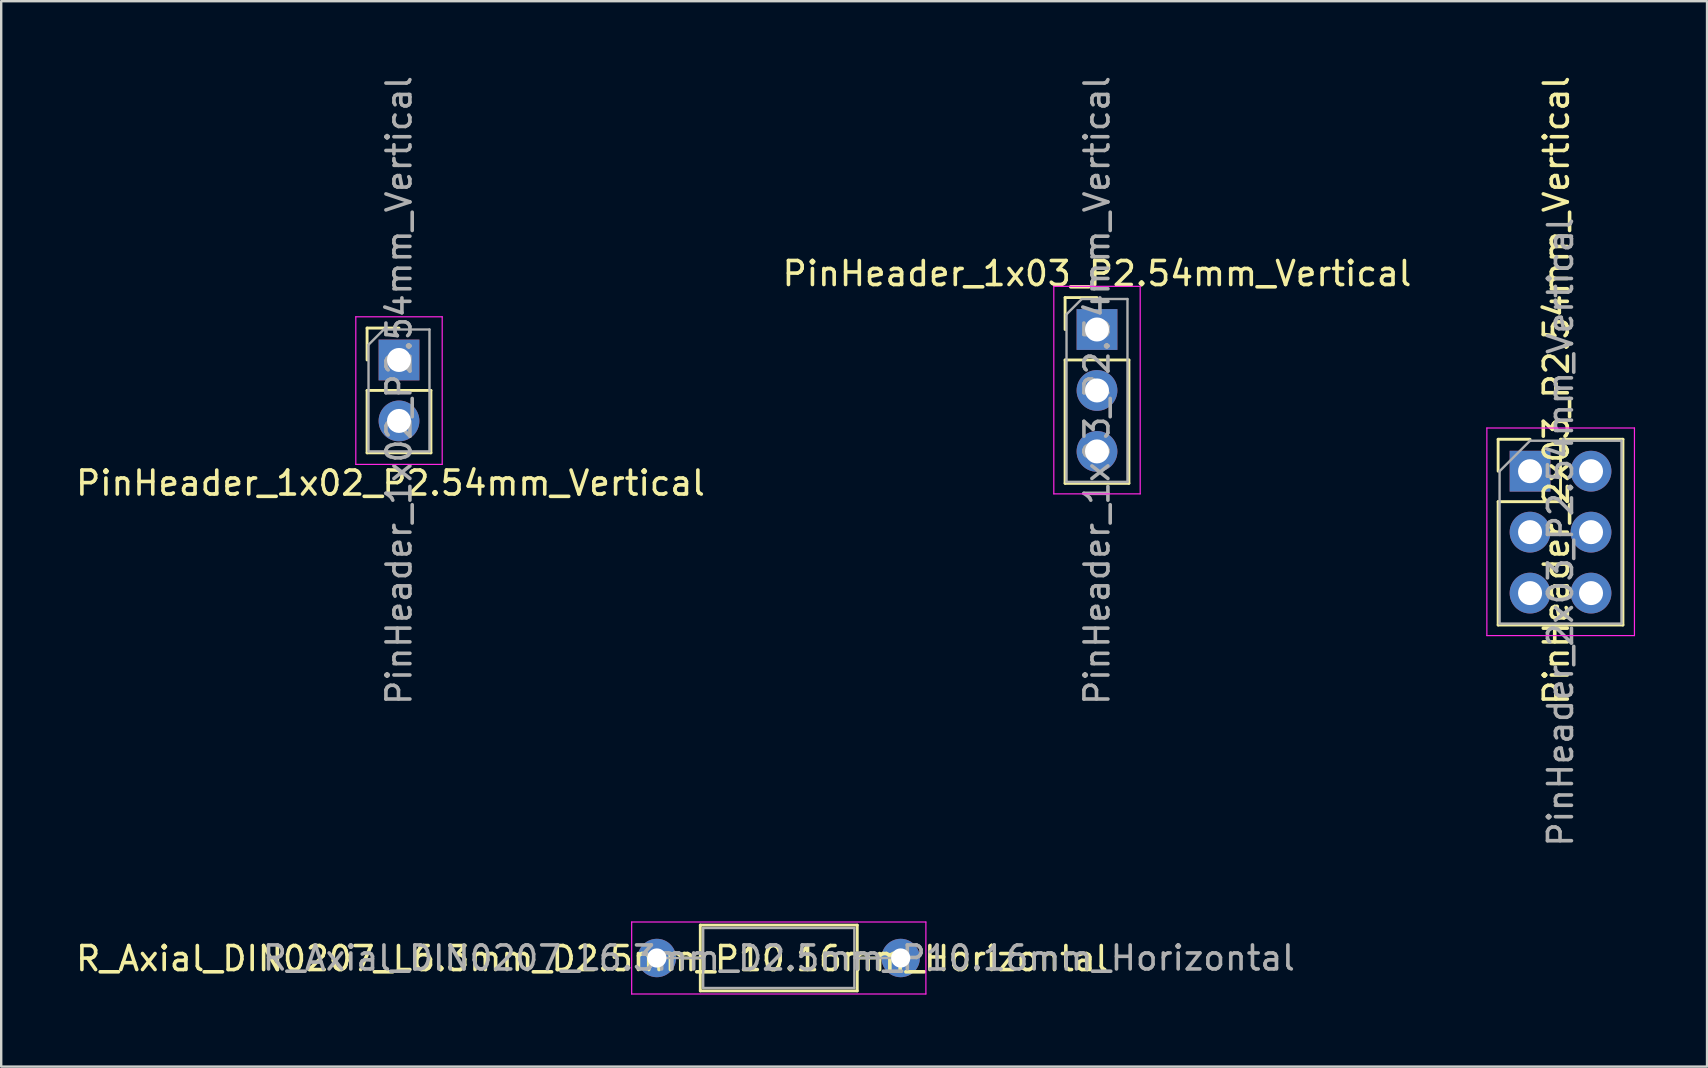
<source format=kicad_pcb>
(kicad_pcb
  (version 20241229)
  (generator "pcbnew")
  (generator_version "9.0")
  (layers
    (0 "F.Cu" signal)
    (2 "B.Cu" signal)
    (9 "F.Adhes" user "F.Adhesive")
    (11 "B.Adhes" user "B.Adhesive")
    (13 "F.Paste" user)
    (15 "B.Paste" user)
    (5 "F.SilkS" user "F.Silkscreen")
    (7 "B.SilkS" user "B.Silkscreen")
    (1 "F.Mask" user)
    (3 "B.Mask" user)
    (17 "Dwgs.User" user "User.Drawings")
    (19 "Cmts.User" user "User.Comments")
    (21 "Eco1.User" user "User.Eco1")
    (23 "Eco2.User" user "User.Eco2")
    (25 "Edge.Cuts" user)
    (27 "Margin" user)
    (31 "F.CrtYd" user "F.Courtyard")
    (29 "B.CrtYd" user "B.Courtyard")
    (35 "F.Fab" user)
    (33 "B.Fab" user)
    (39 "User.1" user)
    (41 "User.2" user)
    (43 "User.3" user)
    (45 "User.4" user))
  (footprint "PinHeader_2x03_P2.54mm_Vertical"
    (layer "F.Cu")
    (at 60.706 16.584)
    (property "Reference" "PinHeader_2x03_P2.54mm_Vertical" (at 1.097 -3.364 270) (layer "F.SilkS") (effects (font (size 1 1) (thickness 0.15))))
    (attr through_hole)
    (fp_line (start -1.33 -1.33) (end 0 -1.33) (stroke (width 0.12) (type solid)) (layer "F.SilkS"))
    (fp_line (start -1.33 0) (end -1.33 -1.33) (stroke (width 0.12) (type solid)) (layer "F.SilkS"))
    (fp_line (start -1.33 1.27) (end -1.33 6.41) (stroke (width 0.12) (type solid)) (layer "F.SilkS"))
    (fp_line (start -1.33 1.27) (end 1.27 1.27) (stroke (width 0.12) (type solid)) (layer "F.SilkS"))
    (fp_line (start -1.33 6.41) (end 3.87 6.41) (stroke (width 0.12) (type solid)) (layer "F.SilkS"))
    (fp_line (start 1.27 -1.33) (end 3.87 -1.33) (stroke (width 0.12) (type solid)) (layer "F.SilkS"))
    (fp_line (start 1.27 1.27) (end 1.27 -1.33) (stroke (width 0.12) (type solid)) (layer "F.SilkS"))
    (fp_line (start 3.87 -1.33) (end 3.87 6.41) (stroke (width 0.12) (type solid)) (layer "F.SilkS"))
    (fp_line (start -1.8 -1.8) (end -1.8 6.85) (stroke (width 0.05) (type solid)) (layer "F.CrtYd"))
    (fp_line (start -1.8 6.85) (end 4.35 6.85) (stroke (width 0.05) (type solid)) (layer "F.CrtYd"))
    (fp_line (start 4.35 -1.8) (end -1.8 -1.8) (stroke (width 0.05) (type solid)) (layer "F.CrtYd"))
    (fp_line (start 4.35 6.85) (end 4.35 -1.8) (stroke (width 0.05) (type solid)) (layer "F.CrtYd"))
    (fp_line (start -1.27 0) (end 0 -1.27) (stroke (width 0.1) (type solid)) (layer "F.Fab"))
    (fp_line (start -1.27 6.35) (end -1.27 0) (stroke (width 0.1) (type solid)) (layer "F.Fab"))
    (fp_line (start 0 -1.27) (end 3.81 -1.27) (stroke (width 0.1) (type solid)) (layer "F.Fab"))
    (fp_line (start 3.81 -1.27) (end 3.81 6.35) (stroke (width 0.1) (type solid)) (layer "F.Fab"))
    (fp_line (start 3.81 6.35) (end -1.27 6.35) (stroke (width 0.1) (type solid)) (layer "F.Fab"))
    (fp_text user "${REFERENCE}" (at 1.27 2.54 90) (layer "F.Fab") (effects (font (size 1 1) (thickness 0.15))))
    (pad "1" thru_hole rect (at 0 0) (size 1.7 1.7) (drill 1) (layers "*.Cu" "*.Mask"))
    (pad "2" thru_hole oval (at 2.54 0) (size 1.7 1.7) (drill 1) (layers "*.Cu" "*.Mask"))
    (pad "3" thru_hole oval (at 0 2.54) (size 1.7 1.7) (drill 1) (layers "*.Cu" "*.Mask"))
    (pad "4" thru_hole oval (at 2.54 2.54) (size 1.7 1.7) (drill 1) (layers "*.Cu" "*.Mask"))
    (pad "5" thru_hole oval (at 0 5.08) (size 1.7 1.7) (drill 1) (layers "*.Cu" "*.Mask"))
    (pad "6" thru_hole oval (at 2.54 5.08) (size 1.7 1.7) (drill 1) (layers "*.Cu" "*.Mask")))
  (footprint "PinHeader_1x03_P2.54mm_Vertical"
    (layer "F.Cu")
    (at 42.661 10.68)
    (property "Reference" "PinHeader_1x03_P2.54mm_Vertical" (at 0 -2.33 0) (layer "F.SilkS") (effects (font (size 1 1) (thickness 0.15))))
    (attr through_hole)
    (fp_line (start -1.33 -1.33) (end 0 -1.33) (stroke (width 0.12) (type solid)) (layer "F.SilkS"))
    (fp_line (start -1.33 0) (end -1.33 -1.33) (stroke (width 0.12) (type solid)) (layer "F.SilkS"))
    (fp_line (start -1.33 1.27) (end -1.33 6.41) (stroke (width 0.12) (type solid)) (layer "F.SilkS"))
    (fp_line (start -1.33 1.27) (end 1.33 1.27) (stroke (width 0.12) (type solid)) (layer "F.SilkS"))
    (fp_line (start -1.33 6.41) (end 1.33 6.41) (stroke (width 0.12) (type solid)) (layer "F.SilkS"))
    (fp_line (start 1.33 1.27) (end 1.33 6.41) (stroke (width 0.12) (type solid)) (layer "F.SilkS"))
    (fp_line (start -1.8 -1.8) (end -1.8 6.85) (stroke (width 0.05) (type solid)) (layer "F.CrtYd"))
    (fp_line (start -1.8 6.85) (end 1.8 6.85) (stroke (width 0.05) (type solid)) (layer "F.CrtYd"))
    (fp_line (start 1.8 -1.8) (end -1.8 -1.8) (stroke (width 0.05) (type solid)) (layer "F.CrtYd"))
    (fp_line (start 1.8 6.85) (end 1.8 -1.8) (stroke (width 0.05) (type solid)) (layer "F.CrtYd"))
    (fp_line (start -1.27 -0.635) (end -0.635 -1.27) (stroke (width 0.1) (type solid)) (layer "F.Fab"))
    (fp_line (start -1.27 6.35) (end -1.27 -0.635) (stroke (width 0.1) (type solid)) (layer "F.Fab"))
    (fp_line (start -0.635 -1.27) (end 1.27 -1.27) (stroke (width 0.1) (type solid)) (layer "F.Fab"))
    (fp_line (start 1.27 -1.27) (end 1.27 6.35) (stroke (width 0.1) (type solid)) (layer "F.Fab"))
    (fp_line (start 1.27 6.35) (end -1.27 6.35) (stroke (width 0.1) (type solid)) (layer "F.Fab"))
    (fp_text user "${REFERENCE}" (at 0 2.54 90) (layer "F.Fab") (effects (font (size 1 1) (thickness 0.15))))
    (pad "1" thru_hole rect (at 0 0) (size 1.7 1.7) (drill 1) (layers "*.Cu" "*.Mask"))
    (pad "2" thru_hole oval (at 0 2.54) (size 1.7 1.7) (drill 1) (layers "*.Cu" "*.Mask"))
    (pad "3" thru_hole oval (at 0 5.08) (size 1.7 1.7) (drill 1) (layers "*.Cu" "*.Mask")))
  (footprint "PinHeader_1x02_P2.54mm_Vertical"
    (layer "F.Cu")
    (at 13.576 11.95)
    (property "Reference" "PinHeader_1x02_P2.54mm_Vertical" (at -0.356 5.131 0) (layer "F.SilkS") (effects (font (size 1 1) (thickness 0.15))))
    (attr through_hole)
    (fp_line (start -1.33 -1.33) (end 0 -1.33) (stroke (width 0.12) (type solid)) (layer "F.SilkS"))
    (fp_line (start -1.33 0) (end -1.33 -1.33) (stroke (width 0.12) (type solid)) (layer "F.SilkS"))
    (fp_line (start -1.33 1.27) (end -1.33 3.87) (stroke (width 0.12) (type solid)) (layer "F.SilkS"))
    (fp_line (start -1.33 1.27) (end 1.33 1.27) (stroke (width 0.12) (type solid)) (layer "F.SilkS"))
    (fp_line (start -1.33 3.87) (end 1.33 3.87) (stroke (width 0.12) (type solid)) (layer "F.SilkS"))
    (fp_line (start 1.33 1.27) (end 1.33 3.87) (stroke (width 0.12) (type solid)) (layer "F.SilkS"))
    (fp_line (start -1.8 -1.8) (end -1.8 4.35) (stroke (width 0.05) (type solid)) (layer "F.CrtYd"))
    (fp_line (start -1.8 4.35) (end 1.8 4.35) (stroke (width 0.05) (type solid)) (layer "F.CrtYd"))
    (fp_line (start 1.8 -1.8) (end -1.8 -1.8) (stroke (width 0.05) (type solid)) (layer "F.CrtYd"))
    (fp_line (start 1.8 4.35) (end 1.8 -1.8) (stroke (width 0.05) (type solid)) (layer "F.CrtYd"))
    (fp_line (start -1.27 -0.635) (end -0.635 -1.27) (stroke (width 0.1) (type solid)) (layer "F.Fab"))
    (fp_line (start -1.27 3.81) (end -1.27 -0.635) (stroke (width 0.1) (type solid)) (layer "F.Fab"))
    (fp_line (start -0.635 -1.27) (end 1.27 -1.27) (stroke (width 0.1) (type solid)) (layer "F.Fab"))
    (fp_line (start 1.27 -1.27) (end 1.27 3.81) (stroke (width 0.1) (type solid)) (layer "F.Fab"))
    (fp_line (start 1.27 3.81) (end -1.27 3.81) (stroke (width 0.1) (type solid)) (layer "F.Fab"))
    (fp_text user "${REFERENCE}" (at 0 1.27 90) (layer "F.Fab") (effects (font (size 1 1) (thickness 0.15))))
    (pad "1" thru_hole rect (at 0 0) (size 1.7 1.7) (drill 1) (layers "*.Cu" "*.Mask"))
    (pad "2" thru_hole oval (at 0 2.54) (size 1.7 1.7) (drill 1) (layers "*.Cu" "*.Mask")))
  (footprint "R_Axial_DIN0207_L6.3mm_D2.5mm_P10.16mm_Horizontal"
    (layer "F.Cu")
    (at 24.321 36.869)
    (property "Reference" "R_Axial_DIN0207_L6.3mm_D2.5mm_P10.16mm_Horizontal" (at -2.696 0.025 180) (layer "F.SilkS") (effects (font (size 1 1) (thickness 0.15))))
    (attr through_hole)
    (fp_line (start 1.04 0) (end 1.81 0) (stroke (width 0.12) (type solid)) (layer "F.SilkS"))
    (fp_line (start 1.81 -1.37) (end 1.81 1.37) (stroke (width 0.12) (type solid)) (layer "F.SilkS"))
    (fp_line (start 1.81 1.37) (end 8.35 1.37) (stroke (width 0.12) (type solid)) (layer "F.SilkS"))
    (fp_line (start 8.35 -1.37) (end 1.81 -1.37) (stroke (width 0.12) (type solid)) (layer "F.SilkS"))
    (fp_line (start 8.35 1.37) (end 8.35 -1.37) (stroke (width 0.12) (type solid)) (layer "F.SilkS"))
    (fp_line (start 9.12 0) (end 8.35 0) (stroke (width 0.12) (type solid)) (layer "F.SilkS"))
    (fp_line (start -1.05 -1.5) (end -1.05 1.5) (stroke (width 0.05) (type solid)) (layer "F.CrtYd"))
    (fp_line (start -1.05 1.5) (end 11.21 1.5) (stroke (width 0.05) (type solid)) (layer "F.CrtYd"))
    (fp_line (start 11.21 -1.5) (end -1.05 -1.5) (stroke (width 0.05) (type solid)) (layer "F.CrtYd"))
    (fp_line (start 11.21 1.5) (end 11.21 -1.5) (stroke (width 0.05) (type solid)) (layer "F.CrtYd"))
    (fp_line (start 0 0) (end 1.93 0) (stroke (width 0.1) (type solid)) (layer "F.Fab"))
    (fp_line (start 1.93 -1.25) (end 1.93 1.25) (stroke (width 0.1) (type solid)) (layer "F.Fab"))
    (fp_line (start 1.93 1.25) (end 8.23 1.25) (stroke (width 0.1) (type solid)) (layer "F.Fab"))
    (fp_line (start 8.23 -1.25) (end 1.93 -1.25) (stroke (width 0.1) (type solid)) (layer "F.Fab"))
    (fp_line (start 8.23 1.25) (end 8.23 -1.25) (stroke (width 0.1) (type solid)) (layer "F.Fab"))
    (fp_line (start 10.16 0) (end 8.23 0) (stroke (width 0.1) (type solid)) (layer "F.Fab"))
    (fp_text user "${REFERENCE}" (at 5.08 0 180) (layer "F.Fab") (effects (font (size 1 1) (thickness 0.15))))
    (pad "1" thru_hole circle (at 0 0) (size 1.6 1.6) (drill 0.8) (layers "*.Cu" "*.Mask"))
    (pad "2" thru_hole oval (at 10.16 0) (size 1.6 1.6) (drill 0.8) (layers "*.Cu" "*.Mask")))
  (gr_rect
    (start -3 -3)
    (end 68.081 41.394)
    (stroke (width 0.1) (type default))
    (fill no)
    (layer "Edge.Cuts")))
</source>
